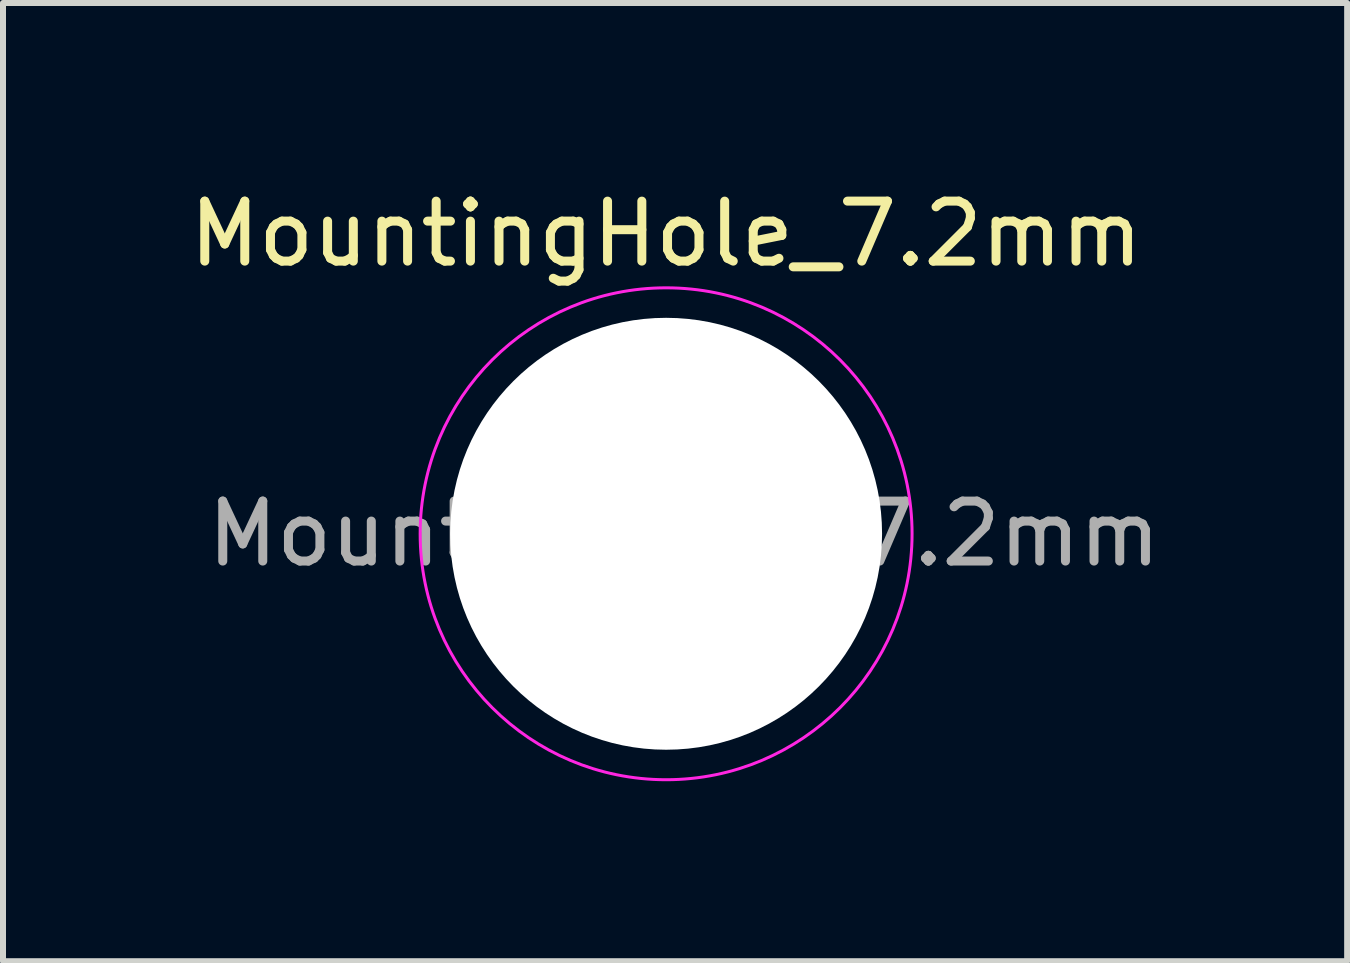
<source format=kicad_pcb>
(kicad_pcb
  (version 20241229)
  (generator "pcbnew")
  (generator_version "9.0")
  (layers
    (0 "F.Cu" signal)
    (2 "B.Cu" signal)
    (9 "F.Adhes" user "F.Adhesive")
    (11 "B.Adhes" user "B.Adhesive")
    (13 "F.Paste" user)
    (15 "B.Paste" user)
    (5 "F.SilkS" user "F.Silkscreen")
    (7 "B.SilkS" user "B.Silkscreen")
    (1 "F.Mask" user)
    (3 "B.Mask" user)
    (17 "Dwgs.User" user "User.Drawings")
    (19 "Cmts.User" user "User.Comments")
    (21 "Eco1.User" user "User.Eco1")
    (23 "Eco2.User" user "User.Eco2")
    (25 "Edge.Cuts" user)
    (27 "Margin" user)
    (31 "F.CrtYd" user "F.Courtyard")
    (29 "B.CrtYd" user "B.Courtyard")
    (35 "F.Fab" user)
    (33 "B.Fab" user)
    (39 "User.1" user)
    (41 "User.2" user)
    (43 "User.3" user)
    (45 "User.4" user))
  (footprint "MountingHole_7.2mm"
    (layer "F.Cu")
    (at 8.054 5.848)
    (property "Reference" "MountingHole_7.2mm" (at 0 -5 0) (layer "F.SilkS") (effects (font (size 1 1) (thickness 0.15))))
    (attr exclude_from_pos_files exclude_from_bom)
    (fp_circle (center 0 0) (end 4.1 0) (stroke (width 0.05) (type solid)) (fill no) (layer "F.CrtYd"))
    (fp_text user "${REFERENCE}" (at 0.3 0 0) (layer "F.Fab") (effects (font (size 1 1) (thickness 0.15))))
    (pad "" np_thru_hole circle (at 0 0) (size 7.2 7.2) (drill 7.2) (layers "*.Cu" "*.Mask")))
  (gr_rect
    (start -3 -3)
    (end 19.407 12.973)
    (stroke (width 0.1) (type default))
    (fill no)
    (layer "Edge.Cuts")))
</source>
